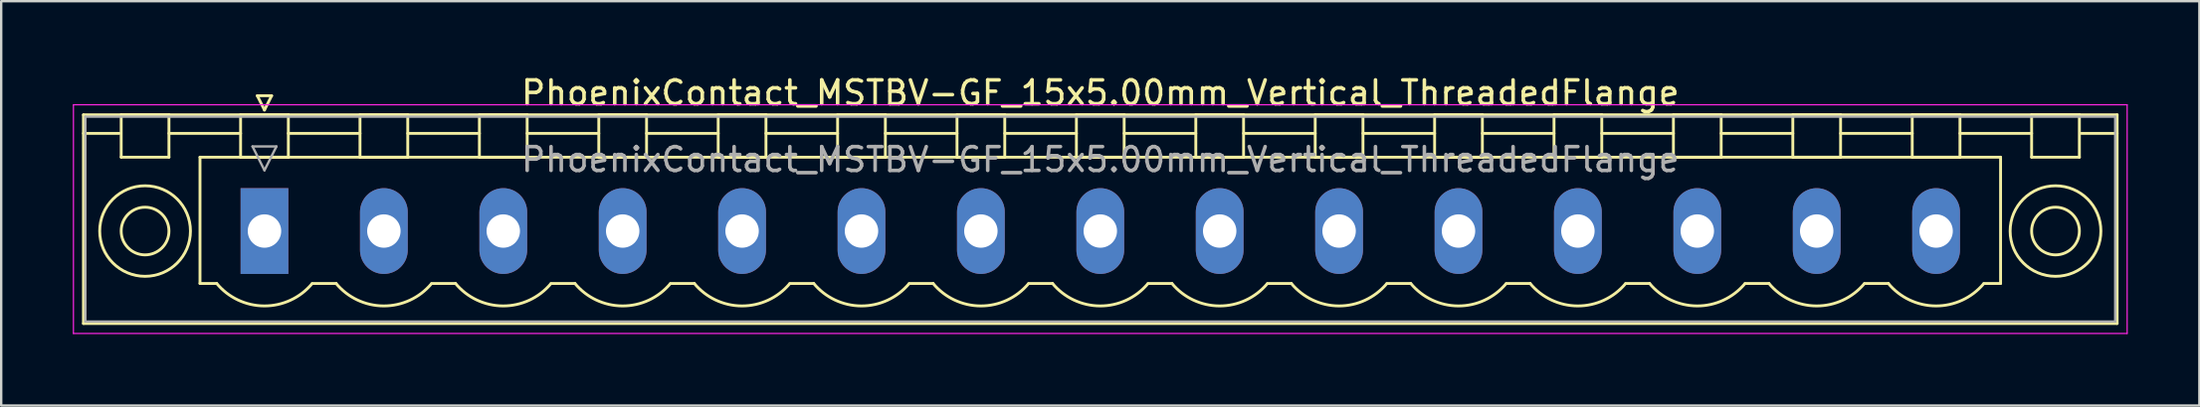
<source format=kicad_pcb>
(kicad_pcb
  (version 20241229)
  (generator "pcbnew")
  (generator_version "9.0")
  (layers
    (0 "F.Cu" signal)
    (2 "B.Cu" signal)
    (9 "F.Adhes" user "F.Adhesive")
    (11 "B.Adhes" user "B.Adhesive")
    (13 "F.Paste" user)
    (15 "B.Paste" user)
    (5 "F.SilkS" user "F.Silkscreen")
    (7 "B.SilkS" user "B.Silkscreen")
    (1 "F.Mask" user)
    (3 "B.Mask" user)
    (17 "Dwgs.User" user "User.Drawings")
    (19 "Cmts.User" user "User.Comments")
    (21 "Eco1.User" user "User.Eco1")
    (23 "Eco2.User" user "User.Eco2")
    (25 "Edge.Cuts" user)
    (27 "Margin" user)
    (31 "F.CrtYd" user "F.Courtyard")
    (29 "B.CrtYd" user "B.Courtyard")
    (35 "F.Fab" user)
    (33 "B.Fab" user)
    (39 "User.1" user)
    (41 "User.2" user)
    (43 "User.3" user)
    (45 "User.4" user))
  (footprint "PhoenixContact_MSTBV-GF_15x5.00mm_Vertical_ThreadedFlange"
    (layer "F.Cu")
    (at 8.025 6.648)
    (property "Reference" "PhoenixContact_MSTBV-GF_15x5.00mm_Vertical_ThreadedFlange" (at 35 -5.8 0) (layer "F.SilkS") (effects (font (size 1 1) (thickness 0.15))))
    (attr through_hole)
    (fp_line (start -7.58 -4.88) (end -7.58 3.88) (stroke (width 0.12) (type solid)) (layer "F.SilkS"))
    (fp_line (start -7.58 -4.1) (end -6.08 -4.1) (stroke (width 0.12) (type solid)) (layer "F.SilkS"))
    (fp_line (start -7.58 3.88) (end 77.58 3.88) (stroke (width 0.12) (type solid)) (layer "F.SilkS"))
    (fp_line (start -6 -4.88) (end -4 -4.88) (stroke (width 0.12) (type solid)) (layer "F.SilkS"))
    (fp_line (start -6 -3.1) (end -6 -4.88) (stroke (width 0.12) (type solid)) (layer "F.SilkS"))
    (fp_line (start -4 -4.88) (end -4 -3.1) (stroke (width 0.12) (type solid)) (layer "F.SilkS"))
    (fp_line (start -4 -4.1) (end -1 -4.1) (stroke (width 0.12) (type solid)) (layer "F.SilkS"))
    (fp_line (start -4 -3.1) (end -6 -3.1) (stroke (width 0.12) (type solid)) (layer "F.SilkS"))
    (fp_line (start -2.7 -3.1) (end 72.7 -3.1) (stroke (width 0.12) (type solid)) (layer "F.SilkS"))
    (fp_line (start -2.7 2.2) (end -2.7 -3.1) (stroke (width 0.12) (type solid)) (layer "F.SilkS"))
    (fp_line (start -2 2.2) (end -2.7 2.2) (stroke (width 0.12) (type solid)) (layer "F.SilkS"))
    (fp_line (start -1 -4.88) (end 1 -4.88) (stroke (width 0.12) (type solid)) (layer "F.SilkS"))
    (fp_line (start -1 -3.1) (end -1 -4.88) (stroke (width 0.12) (type solid)) (layer "F.SilkS"))
    (fp_line (start -0.3 -5.68) (end 0.3 -5.68) (stroke (width 0.12) (type solid)) (layer "F.SilkS"))
    (fp_line (start 0 -5.08) (end -0.3 -5.68) (stroke (width 0.12) (type solid)) (layer "F.SilkS"))
    (fp_line (start 0.3 -5.68) (end 0 -5.08) (stroke (width 0.12) (type solid)) (layer "F.SilkS"))
    (fp_line (start 1 -4.88) (end 1 -3.1) (stroke (width 0.12) (type solid)) (layer "F.SilkS"))
    (fp_line (start 1 -4.1) (end 4 -4.1) (stroke (width 0.12) (type solid)) (layer "F.SilkS"))
    (fp_line (start 1 -3.1) (end -1 -3.1) (stroke (width 0.12) (type solid)) (layer "F.SilkS"))
    (fp_line (start 2 2.2) (end 3 2.2) (stroke (width 0.12) (type solid)) (layer "F.SilkS"))
    (fp_line (start 4 -4.88) (end 6 -4.88) (stroke (width 0.12) (type solid)) (layer "F.SilkS"))
    (fp_line (start 4 -3.1) (end 4 -4.88) (stroke (width 0.12) (type solid)) (layer "F.SilkS"))
    (fp_line (start 6 -4.88) (end 6 -3.1) (stroke (width 0.12) (type solid)) (layer "F.SilkS"))
    (fp_line (start 6 -4.1) (end 9 -4.1) (stroke (width 0.12) (type solid)) (layer "F.SilkS"))
    (fp_line (start 6 -3.1) (end 4 -3.1) (stroke (width 0.12) (type solid)) (layer "F.SilkS"))
    (fp_line (start 7 2.2) (end 8 2.2) (stroke (width 0.12) (type solid)) (layer "F.SilkS"))
    (fp_line (start 9 -4.88) (end 11 -4.88) (stroke (width 0.12) (type solid)) (layer "F.SilkS"))
    (fp_line (start 9 -3.1) (end 9 -4.88) (stroke (width 0.12) (type solid)) (layer "F.SilkS"))
    (fp_line (start 11 -4.88) (end 11 -3.1) (stroke (width 0.12) (type solid)) (layer "F.SilkS"))
    (fp_line (start 11 -4.1) (end 14 -4.1) (stroke (width 0.12) (type solid)) (layer "F.SilkS"))
    (fp_line (start 11 -3.1) (end 9 -3.1) (stroke (width 0.12) (type solid)) (layer "F.SilkS"))
    (fp_line (start 12 2.2) (end 13 2.2) (stroke (width 0.12) (type solid)) (layer "F.SilkS"))
    (fp_line (start 14 -4.88) (end 16 -4.88) (stroke (width 0.12) (type solid)) (layer "F.SilkS"))
    (fp_line (start 14 -3.1) (end 14 -4.88) (stroke (width 0.12) (type solid)) (layer "F.SilkS"))
    (fp_line (start 16 -4.88) (end 16 -3.1) (stroke (width 0.12) (type solid)) (layer "F.SilkS"))
    (fp_line (start 16 -4.1) (end 19 -4.1) (stroke (width 0.12) (type solid)) (layer "F.SilkS"))
    (fp_line (start 16 -3.1) (end 14 -3.1) (stroke (width 0.12) (type solid)) (layer "F.SilkS"))
    (fp_line (start 17 2.2) (end 18 2.2) (stroke (width 0.12) (type solid)) (layer "F.SilkS"))
    (fp_line (start 19 -4.88) (end 21 -4.88) (stroke (width 0.12) (type solid)) (layer "F.SilkS"))
    (fp_line (start 19 -3.1) (end 19 -4.88) (stroke (width 0.12) (type solid)) (layer "F.SilkS"))
    (fp_line (start 21 -4.88) (end 21 -3.1) (stroke (width 0.12) (type solid)) (layer "F.SilkS"))
    (fp_line (start 21 -4.1) (end 24 -4.1) (stroke (width 0.12) (type solid)) (layer "F.SilkS"))
    (fp_line (start 21 -3.1) (end 19 -3.1) (stroke (width 0.12) (type solid)) (layer "F.SilkS"))
    (fp_line (start 22 2.2) (end 23 2.2) (stroke (width 0.12) (type solid)) (layer "F.SilkS"))
    (fp_line (start 24 -4.88) (end 26 -4.88) (stroke (width 0.12) (type solid)) (layer "F.SilkS"))
    (fp_line (start 24 -3.1) (end 24 -4.88) (stroke (width 0.12) (type solid)) (layer "F.SilkS"))
    (fp_line (start 26 -4.88) (end 26 -3.1) (stroke (width 0.12) (type solid)) (layer "F.SilkS"))
    (fp_line (start 26 -4.1) (end 29 -4.1) (stroke (width 0.12) (type solid)) (layer "F.SilkS"))
    (fp_line (start 26 -3.1) (end 24 -3.1) (stroke (width 0.12) (type solid)) (layer "F.SilkS"))
    (fp_line (start 27 2.2) (end 28 2.2) (stroke (width 0.12) (type solid)) (layer "F.SilkS"))
    (fp_line (start 29 -4.88) (end 31 -4.88) (stroke (width 0.12) (type solid)) (layer "F.SilkS"))
    (fp_line (start 29 -3.1) (end 29 -4.88) (stroke (width 0.12) (type solid)) (layer "F.SilkS"))
    (fp_line (start 31 -4.88) (end 31 -3.1) (stroke (width 0.12) (type solid)) (layer "F.SilkS"))
    (fp_line (start 31 -4.1) (end 34 -4.1) (stroke (width 0.12) (type solid)) (layer "F.SilkS"))
    (fp_line (start 31 -3.1) (end 29 -3.1) (stroke (width 0.12) (type solid)) (layer "F.SilkS"))
    (fp_line (start 32 2.2) (end 33 2.2) (stroke (width 0.12) (type solid)) (layer "F.SilkS"))
    (fp_line (start 34 -4.88) (end 36 -4.88) (stroke (width 0.12) (type solid)) (layer "F.SilkS"))
    (fp_line (start 34 -3.1) (end 34 -4.88) (stroke (width 0.12) (type solid)) (layer "F.SilkS"))
    (fp_line (start 36 -4.88) (end 36 -3.1) (stroke (width 0.12) (type solid)) (layer "F.SilkS"))
    (fp_line (start 36 -4.1) (end 39 -4.1) (stroke (width 0.12) (type solid)) (layer "F.SilkS"))
    (fp_line (start 36 -3.1) (end 34 -3.1) (stroke (width 0.12) (type solid)) (layer "F.SilkS"))
    (fp_line (start 37 2.2) (end 38 2.2) (stroke (width 0.12) (type solid)) (layer "F.SilkS"))
    (fp_line (start 39 -4.88) (end 41 -4.88) (stroke (width 0.12) (type solid)) (layer "F.SilkS"))
    (fp_line (start 39 -3.1) (end 39 -4.88) (stroke (width 0.12) (type solid)) (layer "F.SilkS"))
    (fp_line (start 41 -4.88) (end 41 -3.1) (stroke (width 0.12) (type solid)) (layer "F.SilkS"))
    (fp_line (start 41 -4.1) (end 44 -4.1) (stroke (width 0.12) (type solid)) (layer "F.SilkS"))
    (fp_line (start 41 -3.1) (end 39 -3.1) (stroke (width 0.12) (type solid)) (layer "F.SilkS"))
    (fp_line (start 42 2.2) (end 43 2.2) (stroke (width 0.12) (type solid)) (layer "F.SilkS"))
    (fp_line (start 44 -4.88) (end 46 -4.88) (stroke (width 0.12) (type solid)) (layer "F.SilkS"))
    (fp_line (start 44 -3.1) (end 44 -4.88) (stroke (width 0.12) (type solid)) (layer "F.SilkS"))
    (fp_line (start 46 -4.88) (end 46 -3.1) (stroke (width 0.12) (type solid)) (layer "F.SilkS"))
    (fp_line (start 46 -4.1) (end 49 -4.1) (stroke (width 0.12) (type solid)) (layer "F.SilkS"))
    (fp_line (start 46 -3.1) (end 44 -3.1) (stroke (width 0.12) (type solid)) (layer "F.SilkS"))
    (fp_line (start 47 2.2) (end 48 2.2) (stroke (width 0.12) (type solid)) (layer "F.SilkS"))
    (fp_line (start 49 -4.88) (end 51 -4.88) (stroke (width 0.12) (type solid)) (layer "F.SilkS"))
    (fp_line (start 49 -3.1) (end 49 -4.88) (stroke (width 0.12) (type solid)) (layer "F.SilkS"))
    (fp_line (start 51 -4.88) (end 51 -3.1) (stroke (width 0.12) (type solid)) (layer "F.SilkS"))
    (fp_line (start 51 -4.1) (end 54 -4.1) (stroke (width 0.12) (type solid)) (layer "F.SilkS"))
    (fp_line (start 51 -3.1) (end 49 -3.1) (stroke (width 0.12) (type solid)) (layer "F.SilkS"))
    (fp_line (start 52 2.2) (end 53 2.2) (stroke (width 0.12) (type solid)) (layer "F.SilkS"))
    (fp_line (start 54 -4.88) (end 56 -4.88) (stroke (width 0.12) (type solid)) (layer "F.SilkS"))
    (fp_line (start 54 -3.1) (end 54 -4.88) (stroke (width 0.12) (type solid)) (layer "F.SilkS"))
    (fp_line (start 56 -4.88) (end 56 -3.1) (stroke (width 0.12) (type solid)) (layer "F.SilkS"))
    (fp_line (start 56 -4.1) (end 59 -4.1) (stroke (width 0.12) (type solid)) (layer "F.SilkS"))
    (fp_line (start 56 -3.1) (end 54 -3.1) (stroke (width 0.12) (type solid)) (layer "F.SilkS"))
    (fp_line (start 57 2.2) (end 58 2.2) (stroke (width 0.12) (type solid)) (layer "F.SilkS"))
    (fp_line (start 59 -4.88) (end 61 -4.88) (stroke (width 0.12) (type solid)) (layer "F.SilkS"))
    (fp_line (start 59 -3.1) (end 59 -4.88) (stroke (width 0.12) (type solid)) (layer "F.SilkS"))
    (fp_line (start 61 -4.88) (end 61 -3.1) (stroke (width 0.12) (type solid)) (layer "F.SilkS"))
    (fp_line (start 61 -4.1) (end 64 -4.1) (stroke (width 0.12) (type solid)) (layer "F.SilkS"))
    (fp_line (start 61 -3.1) (end 59 -3.1) (stroke (width 0.12) (type solid)) (layer "F.SilkS"))
    (fp_line (start 62 2.2) (end 63 2.2) (stroke (width 0.12) (type solid)) (layer "F.SilkS"))
    (fp_line (start 64 -4.88) (end 66 -4.88) (stroke (width 0.12) (type solid)) (layer "F.SilkS"))
    (fp_line (start 64 -3.1) (end 64 -4.88) (stroke (width 0.12) (type solid)) (layer "F.SilkS"))
    (fp_line (start 66 -4.88) (end 66 -3.1) (stroke (width 0.12) (type solid)) (layer "F.SilkS"))
    (fp_line (start 66 -4.1) (end 69 -4.1) (stroke (width 0.12) (type solid)) (layer "F.SilkS"))
    (fp_line (start 66 -3.1) (end 64 -3.1) (stroke (width 0.12) (type solid)) (layer "F.SilkS"))
    (fp_line (start 67 2.2) (end 68 2.2) (stroke (width 0.12) (type solid)) (layer "F.SilkS"))
    (fp_line (start 69 -4.88) (end 71 -4.88) (stroke (width 0.12) (type solid)) (layer "F.SilkS"))
    (fp_line (start 69 -3.1) (end 69 -4.88) (stroke (width 0.12) (type solid)) (layer "F.SilkS"))
    (fp_line (start 71 -4.88) (end 71 -3.1) (stroke (width 0.12) (type solid)) (layer "F.SilkS"))
    (fp_line (start 71 -4.1) (end 74 -4.1) (stroke (width 0.12) (type solid)) (layer "F.SilkS"))
    (fp_line (start 71 -3.1) (end 69 -3.1) (stroke (width 0.12) (type solid)) (layer "F.SilkS"))
    (fp_line (start 72.7 -3.1) (end 72.7 2.2) (stroke (width 0.12) (type solid)) (layer "F.SilkS"))
    (fp_line (start 72.7 2.2) (end 72 2.2) (stroke (width 0.12) (type solid)) (layer "F.SilkS"))
    (fp_line (start 74 -4.88) (end 76 -4.88) (stroke (width 0.12) (type solid)) (layer "F.SilkS"))
    (fp_line (start 74 -3.1) (end 74 -4.88) (stroke (width 0.12) (type solid)) (layer "F.SilkS"))
    (fp_line (start 76 -4.88) (end 76 -3.1) (stroke (width 0.12) (type solid)) (layer "F.SilkS"))
    (fp_line (start 76 -3.1) (end 74 -3.1) (stroke (width 0.12) (type solid)) (layer "F.SilkS"))
    (fp_line (start 77.58 -4.88) (end -7.58 -4.88) (stroke (width 0.12) (type solid)) (layer "F.SilkS"))
    (fp_line (start 77.58 -4.1) (end 76.08 -4.1) (stroke (width 0.12) (type solid)) (layer "F.SilkS"))
    (fp_line (start 77.58 3.88) (end 77.58 -4.88) (stroke (width 0.12) (type solid)) (layer "F.SilkS"))
    (fp_arc (start 1.986842 2.215821) (mid -0.010289 3.142758) (end -2 2.2) (stroke (width 0.12) (type solid)) (layer "F.SilkS"))
    (fp_arc (start 6.986842 2.215821) (mid 4.989711 3.142758) (end 3 2.2) (stroke (width 0.12) (type solid)) (layer "F.SilkS"))
    (fp_arc (start 11.986842 2.215821) (mid 9.989711 3.142758) (end 8 2.2) (stroke (width 0.12) (type solid)) (layer "F.SilkS"))
    (fp_arc (start 16.986842 2.215821) (mid 14.989711 3.142758) (end 13 2.2) (stroke (width 0.12) (type solid)) (layer "F.SilkS"))
    (fp_arc (start 21.986842 2.215821) (mid 19.989711 3.142758) (end 18 2.2) (stroke (width 0.12) (type solid)) (layer "F.SilkS"))
    (fp_arc (start 26.986842 2.215821) (mid 24.989711 3.142758) (end 23 2.2) (stroke (width 0.12) (type solid)) (layer "F.SilkS"))
    (fp_arc (start 31.986842 2.215821) (mid 29.989711 3.142758) (end 28 2.2) (stroke (width 0.12) (type solid)) (layer "F.SilkS"))
    (fp_arc (start 36.986842 2.215821) (mid 34.989711 3.142758) (end 33 2.2) (stroke (width 0.12) (type solid)) (layer "F.SilkS"))
    (fp_arc (start 41.986842 2.215821) (mid 39.989711 3.142758) (end 38 2.2) (stroke (width 0.12) (type solid)) (layer "F.SilkS"))
    (fp_arc (start 46.986842 2.215821) (mid 44.989711 3.142758) (end 43 2.2) (stroke (width 0.12) (type solid)) (layer "F.SilkS"))
    (fp_arc (start 51.986842 2.215821) (mid 49.989711 3.142758) (end 48 2.2) (stroke (width 0.12) (type solid)) (layer "F.SilkS"))
    (fp_arc (start 56.986842 2.215821) (mid 54.989711 3.142758) (end 53 2.2) (stroke (width 0.12) (type solid)) (layer "F.SilkS"))
    (fp_arc (start 61.986842 2.215821) (mid 59.989711 3.142758) (end 58 2.2) (stroke (width 0.12) (type solid)) (layer "F.SilkS"))
    (fp_arc (start 66.986842 2.215821) (mid 64.989711 3.142758) (end 63 2.2) (stroke (width 0.12) (type solid)) (layer "F.SilkS"))
    (fp_arc (start 71.986842 2.215821) (mid 69.989711 3.142758) (end 68 2.2) (stroke (width 0.12) (type solid)) (layer "F.SilkS"))
    (fp_circle (center -5 0) (end -4 0) (stroke (width 0.12) (type solid)) (fill no) (layer "F.SilkS"))
    (fp_circle (center -5 0) (end -3.1 0) (stroke (width 0.12) (type solid)) (fill no) (layer "F.SilkS"))
    (fp_circle (center 75 0) (end 76 0) (stroke (width 0.12) (type solid)) (fill no) (layer "F.SilkS"))
    (fp_circle (center 75 0) (end 76.9 0) (stroke (width 0.12) (type solid)) (fill no) (layer "F.SilkS"))
    (fp_line (start -8 -5.3) (end -8 4.3) (stroke (width 0.05) (type solid)) (layer "F.CrtYd"))
    (fp_line (start -8 4.3) (end 78 4.3) (stroke (width 0.05) (type solid)) (layer "F.CrtYd"))
    (fp_line (start 78 -5.3) (end -8 -5.3) (stroke (width 0.05) (type solid)) (layer "F.CrtYd"))
    (fp_line (start 78 4.3) (end 78 -5.3) (stroke (width 0.05) (type solid)) (layer "F.CrtYd"))
    (fp_line (start -7.5 -4.8) (end -7.5 3.8) (stroke (width 0.1) (type solid)) (layer "F.Fab"))
    (fp_line (start -7.5 3.8) (end 77.5 3.8) (stroke (width 0.1) (type solid)) (layer "F.Fab"))
    (fp_line (start -0.5 -3.55) (end 0.5 -3.55) (stroke (width 0.1) (type solid)) (layer "F.Fab"))
    (fp_line (start 0 -2.55) (end -0.5 -3.55) (stroke (width 0.1) (type solid)) (layer "F.Fab"))
    (fp_line (start 0.5 -3.55) (end 0 -2.55) (stroke (width 0.1) (type solid)) (layer "F.Fab"))
    (fp_line (start 77.5 -4.8) (end -7.5 -4.8) (stroke (width 0.1) (type solid)) (layer "F.Fab"))
    (fp_line (start 77.5 3.8) (end 77.5 -4.8) (stroke (width 0.1) (type solid)) (layer "F.Fab"))
    (fp_text user "${REFERENCE}" (at 35 -3 0) (layer "F.Fab") (effects (font (size 1 1) (thickness 0.15))))
    (pad "1" thru_hole rect (at 0 0) (size 2 3.6) (drill 1.4) (layers "*.Cu" "*.Mask"))
    (pad "2" thru_hole oval (at 5 0) (size 2 3.6) (drill 1.4) (layers "*.Cu" "*.Mask"))
    (pad "3" thru_hole oval (at 10 0) (size 2 3.6) (drill 1.4) (layers "*.Cu" "*.Mask"))
    (pad "4" thru_hole oval (at 15 0) (size 2 3.6) (drill 1.4) (layers "*.Cu" "*.Mask"))
    (pad "5" thru_hole oval (at 20 0) (size 2 3.6) (drill 1.4) (layers "*.Cu" "*.Mask"))
    (pad "6" thru_hole oval (at 25 0) (size 2 3.6) (drill 1.4) (layers "*.Cu" "*.Mask"))
    (pad "7" thru_hole oval (at 30 0) (size 2 3.6) (drill 1.4) (layers "*.Cu" "*.Mask"))
    (pad "8" thru_hole oval (at 35 0) (size 2 3.6) (drill 1.4) (layers "*.Cu" "*.Mask"))
    (pad "9" thru_hole oval (at 40 0) (size 2 3.6) (drill 1.4) (layers "*.Cu" "*.Mask"))
    (pad "10" thru_hole oval (at 45 0) (size 2 3.6) (drill 1.4) (layers "*.Cu" "*.Mask"))
    (pad "11" thru_hole oval (at 50 0) (size 2 3.6) (drill 1.4) (layers "*.Cu" "*.Mask"))
    (pad "12" thru_hole oval (at 55 0) (size 2 3.6) (drill 1.4) (layers "*.Cu" "*.Mask"))
    (pad "13" thru_hole oval (at 60 0) (size 2 3.6) (drill 1.4) (layers "*.Cu" "*.Mask"))
    (pad "14" thru_hole oval (at 65 0) (size 2 3.6) (drill 1.4) (layers "*.Cu" "*.Mask"))
    (pad "15" thru_hole oval (at 70 0) (size 2 3.6) (drill 1.4) (layers "*.Cu" "*.Mask")))
  (gr_rect
    (start -3 -3)
    (end 89.05 13.973)
    (stroke (width 0.1) (type default))
    (fill no)
    (layer "Edge.Cuts")))
</source>
